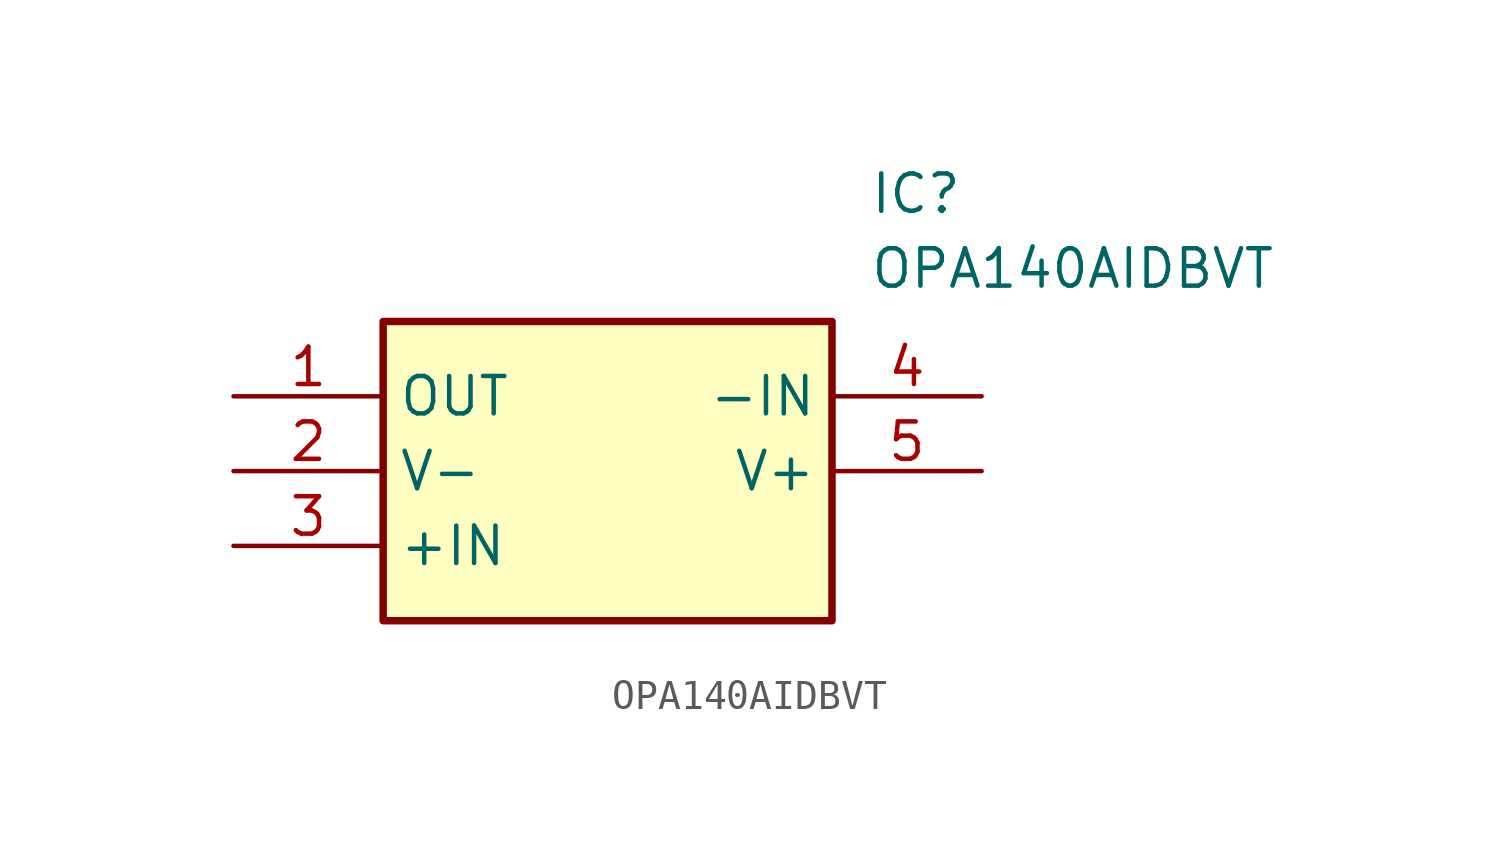
<source format=kicad_sym>
(kicad_symbol_lib
  (version 20211014)
  (generator SamacSys_ECAD_Model)
  (symbol "OPA140AIDBVT"
    (property "Reference" "IC"
      (at 21.59 7.62 0)
      (effects (font (size 1.27 1.27)) (justify left top)))
    (property "Value" "OPA140AIDBVT"
      (at 21.59 5.08 0)
      (effects (font (size 1.27 1.27)) (justify left top)))
    (rectangle
      (start 5.08 2.54)
      (end 20.32 -7.62)
      (stroke (width 0.254) (type default))
      (fill (type background)))
    (pin output line
      (at 0 0 0)
      (length 5.08)
      (name "OUT" (effects (font (size 1.27 1.27))))
      (number "1" (effects (font (size 1.27 1.27)))))
    (pin power_in line
      (at 0 -2.54 0)
      (length 5.08)
      (name "V-" (effects (font (size 1.27 1.27))))
      (number "2" (effects (font (size 1.27 1.27)))))
    (pin input line
      (at 0 -5.08 0)
      (length 5.08)
      (name "+IN" (effects (font (size 1.27 1.27))))
      (number "3" (effects (font (size 1.27 1.27)))))
    (pin input line
      (at 25.4 0 180)
      (length 5.08)
      (name "-IN" (effects (font (size 1.27 1.27))))
      (number "4" (effects (font (size 1.27 1.27)))))
    (pin power_in line
      (at 25.4 -2.54 180)
      (length 5.08)
      (name "V+" (effects (font (size 1.27 1.27))))
      (number "5" (effects (font (size 1.27 1.27)))))))
</source>
